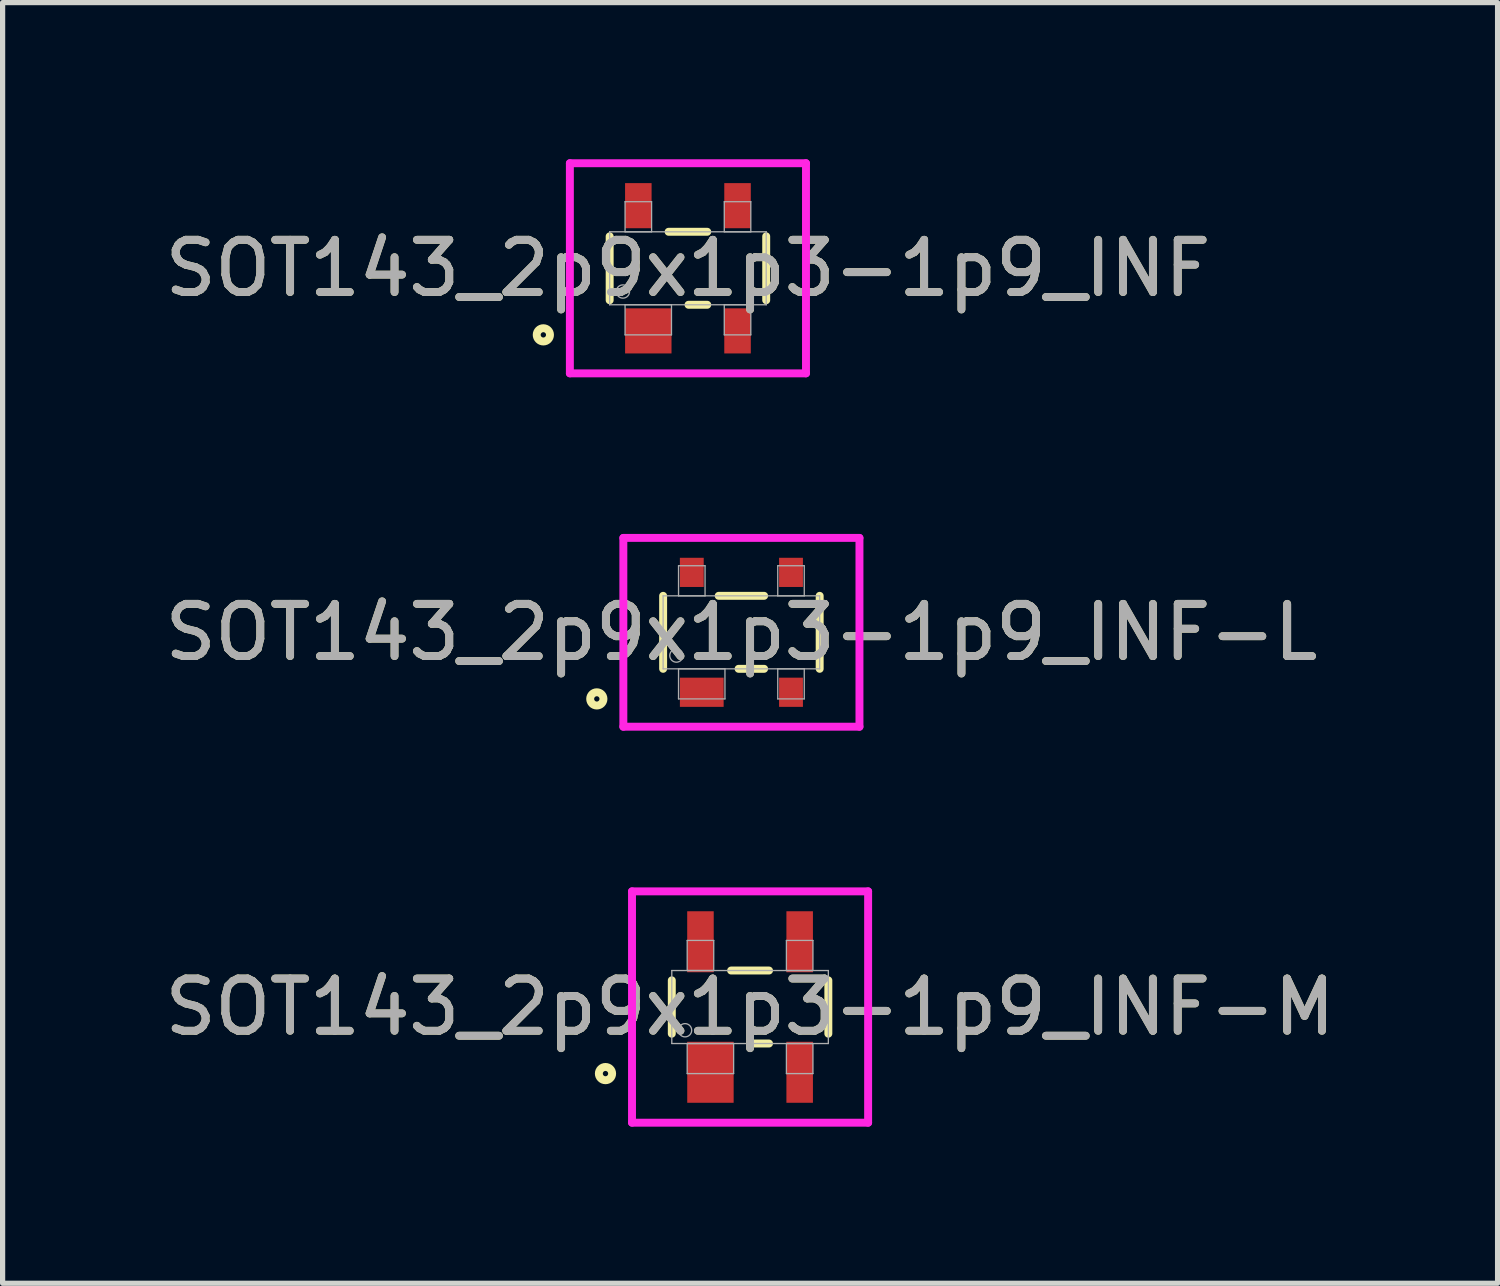
<source format=kicad_pcb>
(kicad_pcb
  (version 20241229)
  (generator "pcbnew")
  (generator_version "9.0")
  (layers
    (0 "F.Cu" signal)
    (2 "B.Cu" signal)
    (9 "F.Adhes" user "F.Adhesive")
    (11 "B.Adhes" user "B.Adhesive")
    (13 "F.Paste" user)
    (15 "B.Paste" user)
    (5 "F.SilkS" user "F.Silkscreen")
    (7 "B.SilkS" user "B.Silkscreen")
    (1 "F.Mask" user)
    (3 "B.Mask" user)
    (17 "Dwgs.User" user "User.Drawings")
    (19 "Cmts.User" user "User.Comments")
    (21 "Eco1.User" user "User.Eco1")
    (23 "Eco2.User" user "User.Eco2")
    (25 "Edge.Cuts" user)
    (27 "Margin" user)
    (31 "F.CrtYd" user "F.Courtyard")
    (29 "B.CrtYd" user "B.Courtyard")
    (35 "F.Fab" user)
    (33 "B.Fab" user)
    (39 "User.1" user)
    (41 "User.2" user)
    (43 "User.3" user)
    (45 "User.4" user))
  (footprint "SOT143_2p9x1p3-1p9_INF-M"
    (layer "F.Cu")
    (at 11.315 16.236)
    (property "Reference" "SOT143_2p9x1p3-1p9_INF-M" (at 0 0 0) (unlocked yes) (layer "F.SilkS") (effects (font (size 1 1) (thickness 0.15))))
    (attr smd)
    (fp_line (start -1.499 0.511) (end -1.499 -0.511) (stroke (width 0.152) (type solid)) (layer "F.SilkS"))
    (fp_line (start -0.363 -0.699) (end 0.363 -0.699) (stroke (width 0.152) (type solid)) (layer "F.SilkS"))
    (fp_line (start 0.363 0.699) (end 0.018 0.699) (stroke (width 0.152) (type solid)) (layer "F.SilkS"))
    (fp_line (start 1.499 -0.511) (end 1.499 0.511) (stroke (width 0.152) (type solid)) (layer "F.SilkS"))
    (fp_circle (center -2.769 1.275) (end -2.642 1.275) (stroke (width 0.152) (type solid)) (fill no) (layer "F.SilkS"))
    (fp_line (start -2.261 -2.215) (end 2.261 -2.215) (stroke (width 0.152) (type solid)) (layer "F.CrtYd"))
    (fp_line (start -2.261 2.215) (end -2.261 -2.215) (stroke (width 0.152) (type solid)) (layer "F.CrtYd"))
    (fp_line (start 2.261 -2.215) (end 2.261 2.215) (stroke (width 0.152) (type solid)) (layer "F.CrtYd"))
    (fp_line (start 2.261 2.215) (end -2.261 2.215) (stroke (width 0.152) (type solid)) (layer "F.CrtYd"))
    (fp_line (start -1.499 -0.699) (end 1.499 -0.699) (stroke (width 0.025) (type solid)) (layer "F.Fab"))
    (fp_line (start -1.499 0.699) (end -1.499 -0.699) (stroke (width 0.025) (type solid)) (layer "F.Fab"))
    (fp_line (start -1.204 -1.275) (end -1.204 -0.699) (stroke (width 0.025) (type solid)) (layer "F.Fab"))
    (fp_line (start -1.204 -0.699) (end -0.696 -0.699) (stroke (width 0.025) (type solid)) (layer "F.Fab"))
    (fp_line (start -1.204 0.699) (end -1.204 1.275) (stroke (width 0.025) (type solid)) (layer "F.Fab"))
    (fp_line (start -1.204 1.275) (end -0.315 1.275) (stroke (width 0.025) (type solid)) (layer "F.Fab"))
    (fp_line (start -0.696 -1.275) (end -1.204 -1.275) (stroke (width 0.025) (type solid)) (layer "F.Fab"))
    (fp_line (start -0.696 -0.699) (end -0.696 -1.275) (stroke (width 0.025) (type solid)) (layer "F.Fab"))
    (fp_line (start -0.315 0.699) (end -1.204 0.699) (stroke (width 0.025) (type solid)) (layer "F.Fab"))
    (fp_line (start -0.315 1.275) (end -0.315 0.699) (stroke (width 0.025) (type solid)) (layer "F.Fab"))
    (fp_line (start 0.696 -1.275) (end 0.696 -0.699) (stroke (width 0.025) (type solid)) (layer "F.Fab"))
    (fp_line (start 0.696 -0.699) (end 1.204 -0.699) (stroke (width 0.025) (type solid)) (layer "F.Fab"))
    (fp_line (start 0.696 0.699) (end 0.696 1.275) (stroke (width 0.025) (type solid)) (layer "F.Fab"))
    (fp_line (start 0.696 1.275) (end 1.204 1.275) (stroke (width 0.025) (type solid)) (layer "F.Fab"))
    (fp_line (start 1.204 -1.275) (end 0.696 -1.275) (stroke (width 0.025) (type solid)) (layer "F.Fab"))
    (fp_line (start 1.204 -0.699) (end 1.204 -1.275) (stroke (width 0.025) (type solid)) (layer "F.Fab"))
    (fp_line (start 1.204 0.699) (end 0.696 0.699) (stroke (width 0.025) (type solid)) (layer "F.Fab"))
    (fp_line (start 1.204 1.275) (end 1.204 0.699) (stroke (width 0.025) (type solid)) (layer "F.Fab"))
    (fp_line (start 1.499 -0.699) (end 1.499 0.699) (stroke (width 0.025) (type solid)) (layer "F.Fab"))
    (fp_line (start 1.499 0.699) (end -1.499 0.699) (stroke (width 0.025) (type solid)) (layer "F.Fab"))
    (fp_circle (center -1.245 0.445) (end -1.118 0.445) (stroke (width 0.025) (type solid)) (fill no) (layer "F.Fab"))
    (fp_text user "${REFERENCE}" (at 0 0 0) (unlocked yes) (layer "F.Fab") (effects (font (size 1 1) (thickness 0.15))))
    (pad "1" smd rect (at -0.759 1.25) (size 0.889 1.168) (layers "F.Cu" "F.Mask" "F.Paste"))
    (pad "2" smd rect (at 0.95 1.25) (size 0.508 1.168) (layers "F.Cu" "F.Mask" "F.Paste"))
    (pad "3" smd rect (at 0.95 -1.25) (size 0.508 1.168) (layers "F.Cu" "F.Mask" "F.Paste"))
    (pad "4" smd rect (at -0.95 -1.25) (size 0.508 1.168) (layers "F.Cu" "F.Mask" "F.Paste")))
  (footprint "SOT143_2p9x1p3-1p9_INF"
    (layer "F.Cu")
    (at 10.125 2.088)
    (property "Reference" "SOT143_2p9x1p3-1p9_INF" (at 0 0 0) (unlocked yes) (layer "F.SilkS") (effects (font (size 1 1) (thickness 0.15))))
    (attr smd)
    (fp_line (start -1.499 0.612) (end -1.499 -0.612) (stroke (width 0.152) (type solid)) (layer "F.SilkS"))
    (fp_line (start -0.37 -0.699) (end 0.37 -0.699) (stroke (width 0.152) (type solid)) (layer "F.SilkS"))
    (fp_line (start 0.37 0.699) (end 0.011 0.699) (stroke (width 0.152) (type solid)) (layer "F.SilkS"))
    (fp_line (start 1.499 -0.612) (end 1.499 0.612) (stroke (width 0.152) (type solid)) (layer "F.SilkS"))
    (fp_circle (center -2.769 1.275) (end -2.642 1.275) (stroke (width 0.152) (type solid)) (fill no) (layer "F.SilkS"))
    (fp_line (start -2.261 -2.012) (end 2.261 -2.012) (stroke (width 0.152) (type solid)) (layer "F.CrtYd"))
    (fp_line (start -2.261 2.012) (end -2.261 -2.012) (stroke (width 0.152) (type solid)) (layer "F.CrtYd"))
    (fp_line (start 2.261 -2.012) (end 2.261 2.012) (stroke (width 0.152) (type solid)) (layer "F.CrtYd"))
    (fp_line (start 2.261 2.012) (end -2.261 2.012) (stroke (width 0.152) (type solid)) (layer "F.CrtYd"))
    (fp_line (start -1.499 -0.699) (end 1.499 -0.699) (stroke (width 0.025) (type solid)) (layer "F.Fab"))
    (fp_line (start -1.499 0.699) (end -1.499 -0.699) (stroke (width 0.025) (type solid)) (layer "F.Fab"))
    (fp_line (start -1.204 -1.275) (end -1.204 -0.699) (stroke (width 0.025) (type solid)) (layer "F.Fab"))
    (fp_line (start -1.204 -0.699) (end -0.696 -0.699) (stroke (width 0.025) (type solid)) (layer "F.Fab"))
    (fp_line (start -1.204 0.699) (end -1.204 1.275) (stroke (width 0.025) (type solid)) (layer "F.Fab"))
    (fp_line (start -1.204 1.275) (end -0.315 1.275) (stroke (width 0.025) (type solid)) (layer "F.Fab"))
    (fp_line (start -0.696 -1.275) (end -1.204 -1.275) (stroke (width 0.025) (type solid)) (layer "F.Fab"))
    (fp_line (start -0.696 -0.699) (end -0.696 -1.275) (stroke (width 0.025) (type solid)) (layer "F.Fab"))
    (fp_line (start -0.315 0.699) (end -1.204 0.699) (stroke (width 0.025) (type solid)) (layer "F.Fab"))
    (fp_line (start -0.315 1.275) (end -0.315 0.699) (stroke (width 0.025) (type solid)) (layer "F.Fab"))
    (fp_line (start 0.696 -1.275) (end 0.696 -0.699) (stroke (width 0.025) (type solid)) (layer "F.Fab"))
    (fp_line (start 0.696 -0.699) (end 1.204 -0.699) (stroke (width 0.025) (type solid)) (layer "F.Fab"))
    (fp_line (start 0.696 0.699) (end 0.696 1.275) (stroke (width 0.025) (type solid)) (layer "F.Fab"))
    (fp_line (start 0.696 1.275) (end 1.204 1.275) (stroke (width 0.025) (type solid)) (layer "F.Fab"))
    (fp_line (start 1.204 -1.275) (end 0.696 -1.275) (stroke (width 0.025) (type solid)) (layer "F.Fab"))
    (fp_line (start 1.204 -0.699) (end 1.204 -1.275) (stroke (width 0.025) (type solid)) (layer "F.Fab"))
    (fp_line (start 1.204 0.699) (end 0.696 0.699) (stroke (width 0.025) (type solid)) (layer "F.Fab"))
    (fp_line (start 1.204 1.275) (end 1.204 0.699) (stroke (width 0.025) (type solid)) (layer "F.Fab"))
    (fp_line (start 1.499 -0.699) (end 1.499 0.699) (stroke (width 0.025) (type solid)) (layer "F.Fab"))
    (fp_line (start 1.499 0.699) (end -1.499 0.699) (stroke (width 0.025) (type solid)) (layer "F.Fab"))
    (fp_circle (center -1.245 0.445) (end -1.118 0.445) (stroke (width 0.025) (type solid)) (fill no) (layer "F.Fab"))
    (fp_text user "${REFERENCE}" (at 0 0 0) (unlocked yes) (layer "F.Fab") (effects (font (size 1 1) (thickness 0.15))))
    (pad "1" smd rect (at -0.759 1.199) (size 0.889 0.864) (layers "F.Cu" "F.Mask" "F.Paste"))
    (pad "2" smd rect (at 0.95 1.199) (size 0.508 0.864) (layers "F.Cu" "F.Mask" "F.Paste"))
    (pad "3" smd rect (at 0.95 -1.199) (size 0.508 0.864) (layers "F.Cu" "F.Mask" "F.Paste"))
    (pad "4" smd rect (at -0.95 -1.199) (size 0.508 0.864) (layers "F.Cu" "F.Mask" "F.Paste")))
  (footprint "SOT143_2p9x1p3-1p9_INF-L"
    (layer "F.Cu")
    (at 11.149 9.06)
    (property "Reference" "SOT143_2p9x1p3-1p9_INF-L" (at 0 0 0) (unlocked yes) (layer "F.SilkS") (effects (font (size 1 1) (thickness 0.15))))
    (attr smd)
    (fp_line (start -1.499 0.699) (end -1.499 -0.699) (stroke (width 0.152) (type solid)) (layer "F.SilkS"))
    (fp_line (start -0.435 -0.699) (end 0.435 -0.699) (stroke (width 0.152) (type solid)) (layer "F.SilkS"))
    (fp_line (start 0.435 0.699) (end -0.054 0.699) (stroke (width 0.152) (type solid)) (layer "F.SilkS"))
    (fp_line (start 1.499 -0.699) (end 1.499 0.699) (stroke (width 0.152) (type solid)) (layer "F.SilkS"))
    (fp_circle (center -2.769 1.275) (end -2.642 1.275) (stroke (width 0.152) (type solid)) (fill no) (layer "F.SilkS"))
    (fp_line (start -2.261 -1.808) (end 2.261 -1.808) (stroke (width 0.152) (type solid)) (layer "F.CrtYd"))
    (fp_line (start -2.261 1.808) (end -2.261 -1.808) (stroke (width 0.152) (type solid)) (layer "F.CrtYd"))
    (fp_line (start 2.261 -1.808) (end 2.261 1.808) (stroke (width 0.152) (type solid)) (layer "F.CrtYd"))
    (fp_line (start 2.261 1.808) (end -2.261 1.808) (stroke (width 0.152) (type solid)) (layer "F.CrtYd"))
    (fp_line (start -1.499 -0.699) (end 1.499 -0.699) (stroke (width 0.025) (type solid)) (layer "F.Fab"))
    (fp_line (start -1.499 0.699) (end -1.499 -0.699) (stroke (width 0.025) (type solid)) (layer "F.Fab"))
    (fp_line (start -1.204 -1.275) (end -1.204 -0.699) (stroke (width 0.025) (type solid)) (layer "F.Fab"))
    (fp_line (start -1.204 -0.699) (end -0.696 -0.699) (stroke (width 0.025) (type solid)) (layer "F.Fab"))
    (fp_line (start -1.204 0.699) (end -1.204 1.275) (stroke (width 0.025) (type solid)) (layer "F.Fab"))
    (fp_line (start -1.204 1.275) (end -0.315 1.275) (stroke (width 0.025) (type solid)) (layer "F.Fab"))
    (fp_line (start -0.696 -1.275) (end -1.204 -1.275) (stroke (width 0.025) (type solid)) (layer "F.Fab"))
    (fp_line (start -0.696 -0.699) (end -0.696 -1.275) (stroke (width 0.025) (type solid)) (layer "F.Fab"))
    (fp_line (start -0.315 0.699) (end -1.204 0.699) (stroke (width 0.025) (type solid)) (layer "F.Fab"))
    (fp_line (start -0.315 1.275) (end -0.315 0.699) (stroke (width 0.025) (type solid)) (layer "F.Fab"))
    (fp_line (start 0.696 -1.275) (end 0.696 -0.699) (stroke (width 0.025) (type solid)) (layer "F.Fab"))
    (fp_line (start 0.696 -0.699) (end 1.204 -0.699) (stroke (width 0.025) (type solid)) (layer "F.Fab"))
    (fp_line (start 0.696 0.699) (end 0.696 1.275) (stroke (width 0.025) (type solid)) (layer "F.Fab"))
    (fp_line (start 0.696 1.275) (end 1.204 1.275) (stroke (width 0.025) (type solid)) (layer "F.Fab"))
    (fp_line (start 1.204 -1.275) (end 0.696 -1.275) (stroke (width 0.025) (type solid)) (layer "F.Fab"))
    (fp_line (start 1.204 -0.699) (end 1.204 -1.275) (stroke (width 0.025) (type solid)) (layer "F.Fab"))
    (fp_line (start 1.204 0.699) (end 0.696 0.699) (stroke (width 0.025) (type solid)) (layer "F.Fab"))
    (fp_line (start 1.204 1.275) (end 1.204 0.699) (stroke (width 0.025) (type solid)) (layer "F.Fab"))
    (fp_line (start 1.499 -0.699) (end 1.499 0.699) (stroke (width 0.025) (type solid)) (layer "F.Fab"))
    (fp_line (start 1.499 0.699) (end -1.499 0.699) (stroke (width 0.025) (type solid)) (layer "F.Fab"))
    (fp_circle (center -1.245 0.445) (end -1.118 0.445) (stroke (width 0.025) (type solid)) (fill no) (layer "F.Fab"))
    (fp_text user "${REFERENCE}" (at 0 0 0) (unlocked yes) (layer "F.Fab") (effects (font (size 1 1) (thickness 0.15))))
    (pad "1" smd rect (at -0.759 1.148) (size 0.838 0.559) (layers "F.Cu" "F.Mask" "F.Paste"))
    (pad "2" smd rect (at 0.95 1.148) (size 0.457 0.559) (layers "F.Cu" "F.Mask" "F.Paste"))
    (pad "3" smd rect (at 0.95 -1.148) (size 0.457 0.559) (layers "F.Cu" "F.Mask" "F.Paste"))
    (pad "4" smd rect (at -0.95 -1.148) (size 0.457 0.559) (layers "F.Cu" "F.Mask" "F.Paste")))
  (gr_rect
    (start -3 -3)
    (end 25.631 21.527)
    (stroke (width 0.1) (type default))
    (fill no)
    (layer "Edge.Cuts")))
</source>
